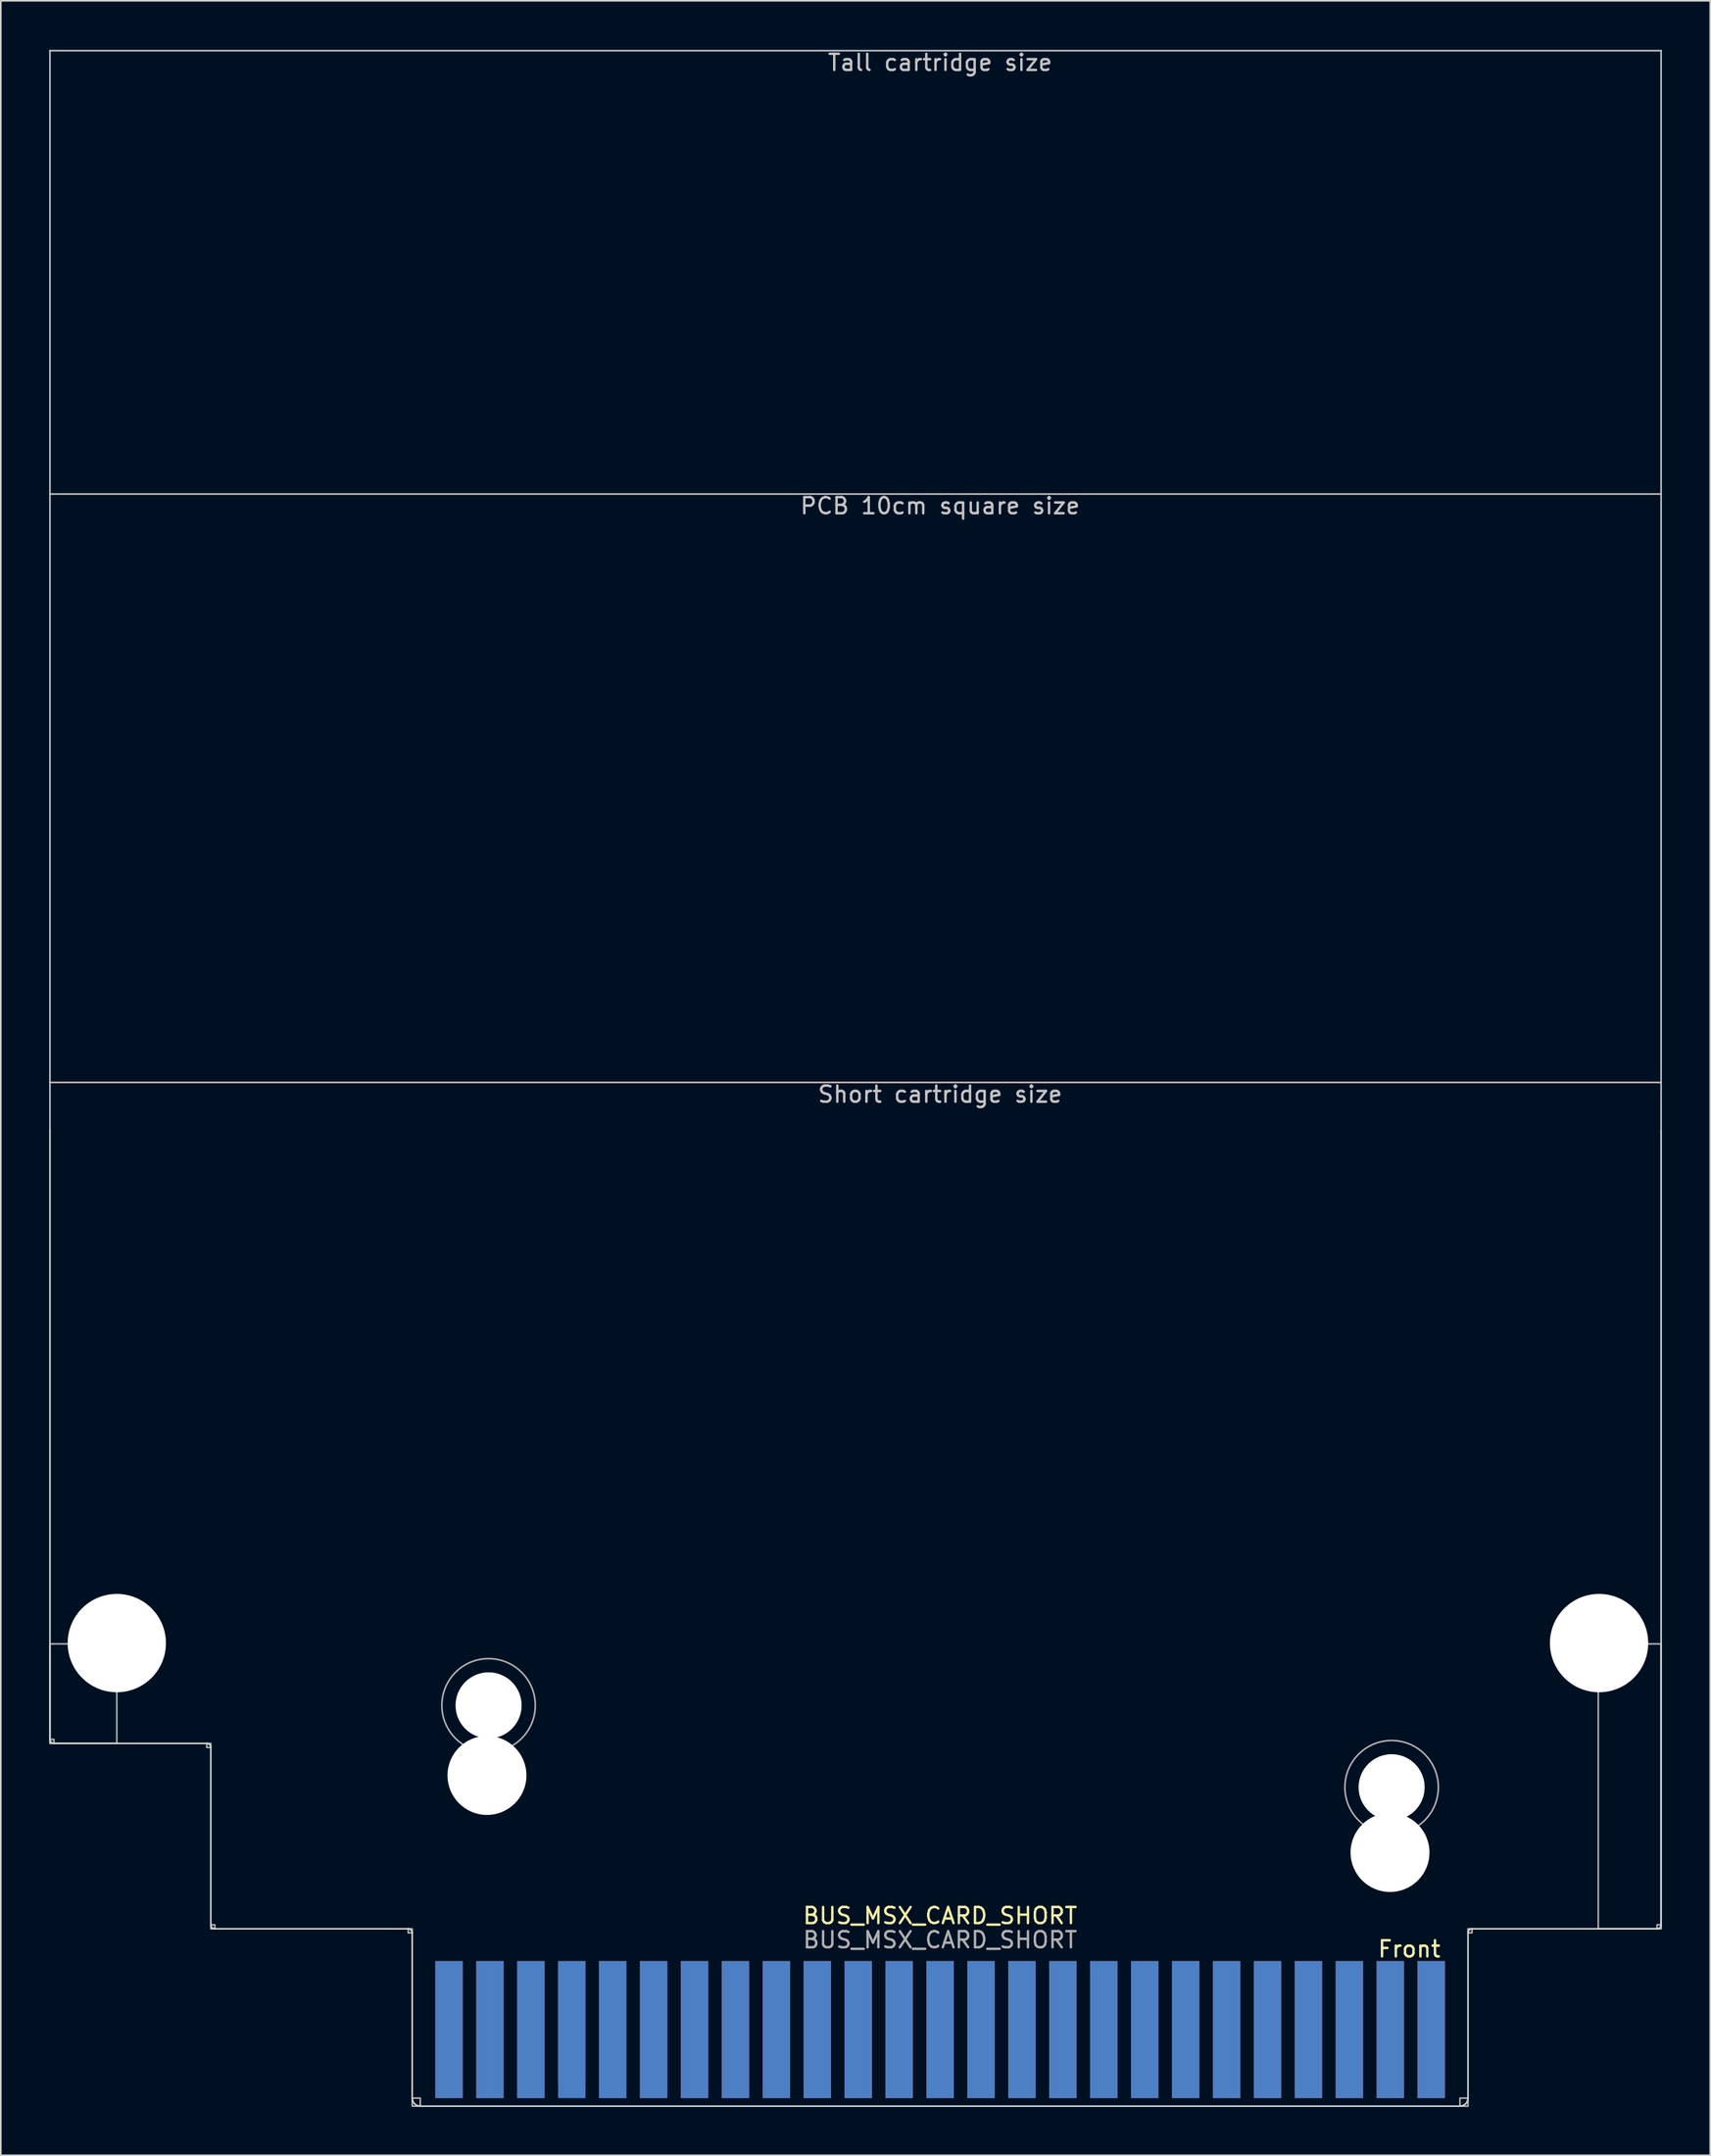
<source format=kicad_pcb>
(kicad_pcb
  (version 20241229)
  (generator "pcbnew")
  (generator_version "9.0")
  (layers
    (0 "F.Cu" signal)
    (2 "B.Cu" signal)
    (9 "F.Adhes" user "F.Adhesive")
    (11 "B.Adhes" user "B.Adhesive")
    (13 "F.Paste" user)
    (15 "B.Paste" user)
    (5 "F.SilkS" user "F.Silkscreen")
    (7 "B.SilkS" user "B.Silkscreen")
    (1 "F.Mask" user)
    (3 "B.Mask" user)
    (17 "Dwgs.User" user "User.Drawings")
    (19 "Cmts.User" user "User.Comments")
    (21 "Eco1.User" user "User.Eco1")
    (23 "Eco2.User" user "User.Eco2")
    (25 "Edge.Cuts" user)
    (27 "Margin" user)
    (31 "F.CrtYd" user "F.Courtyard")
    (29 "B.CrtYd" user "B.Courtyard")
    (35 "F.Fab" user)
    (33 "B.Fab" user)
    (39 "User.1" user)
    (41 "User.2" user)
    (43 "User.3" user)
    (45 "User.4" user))
  (footprint "BUS_MSX_CARD_SHORT"
    (layer "F.Cu")
    (at 55.3 123.284)
    (property "Reference" "BUS_MSX_CARD_SHORT" (at 0 -7.5 0) (layer "F.SilkS") (effects (font (size 1 1) (thickness 0.15))))
    (attr through_hole exclude_from_pos_files exclude_from_bom)
    (fp_rect (start -32.76 -4.69) (end 32.77 4.31) (stroke (width 0.1) (type solid)) (fill yes) (layer "F.Mask"))
    (fp_rect (start -32.76 -4.69) (end 32.77 4.31) (stroke (width 0.1) (type solid)) (fill yes) (layer "B.Mask"))
    (fp_line (start -55.25 -95.69) (end -55.25 -123.19) (stroke (width 0.1) (type solid)) (layer "Dwgs.User"))
    (fp_line (start -55.25 -95.69) (end -55.25 -59.19) (stroke (width 0.1) (type solid)) (layer "Dwgs.User"))
    (fp_line (start -55.25 -56.19) (end -55.25 -59.19) (stroke (width 0.1) (type solid)) (layer "Dwgs.User"))
    (fp_line (start 44.75 -123.19) (end -55.25 -123.19) (stroke (width 0.1) (type solid)) (layer "Dwgs.User"))
    (fp_line (start 44.75 -95.69) (end -55.25 -95.69) (stroke (width 0.1) (type solid)) (layer "Dwgs.User"))
    (fp_line (start 44.75 -95.69) (end 44.75 -123.19) (stroke (width 0.1) (type solid)) (layer "Dwgs.User"))
    (fp_line (start 44.75 -95.69) (end 44.75 -59.19) (stroke (width 0.1) (type solid)) (layer "Dwgs.User"))
    (fp_line (start 44.75 -59.19) (end -55.25 -59.19) (stroke (width 0.1) (type solid)) (layer "Dwgs.User"))
    (fp_line (start 44.75 -56.19) (end 44.75 -59.19) (stroke (width 0.1) (type solid)) (layer "Dwgs.User"))
    (fp_line (start -55.25 -18.44) (end -55.25 -56.19) (stroke (width 0.1) (type default)) (layer "Edge.Cuts"))
    (fp_line (start -45.515 -18.19) (end -55 -18.19) (stroke (width 0.1) (type default)) (layer "Edge.Cuts"))
    (fp_line (start -45.265 -6.94) (end -45.265 -17.94) (stroke (width 0.1) (type default)) (layer "Edge.Cuts"))
    (fp_line (start -33.015 -6.69) (end -45.015 -6.69) (stroke (width 0.1) (type default)) (layer "Edge.Cuts"))
    (fp_line (start -32.765 3.81) (end -32.765 -6.44) (stroke (width 0.1) (type default)) (layer "Edge.Cuts"))
    (fp_line (start 32.265 4.31) (end -32.265 4.31) (stroke (width 0.1) (type default)) (layer "Edge.Cuts"))
    (fp_line (start 32.765 3.81) (end 32.765 -6.44) (stroke (width 0.1) (type default)) (layer "Edge.Cuts"))
    (fp_line (start 33.015 -6.69) (end 44.5 -6.69) (stroke (width 0.1) (type default)) (layer "Edge.Cuts"))
    (fp_line (start 44.75 -6.94) (end 44.75 -56.19) (stroke (width 0.1) (type default)) (layer "Edge.Cuts"))
    (fp_arc (start -55 -18.19) (mid -55.176777 -18.263223) (end -55.25 -18.44) (stroke (width 0.1) (type default)) (layer "Edge.Cuts"))
    (fp_arc (start -45.515 -18.19) (mid -45.338223 -18.116777) (end -45.265 -17.94) (stroke (width 0.1) (type default)) (layer "Edge.Cuts"))
    (fp_arc (start -45.015 -6.69) (mid -45.191777 -6.763223) (end -45.265 -6.94) (stroke (width 0.1) (type default)) (layer "Edge.Cuts"))
    (fp_arc (start -33.015 -6.69) (mid -32.838223 -6.616777) (end -32.765 -6.44) (stroke (width 0.1) (type default)) (layer "Edge.Cuts"))
    (fp_arc (start -32.265 4.31) (mid -32.618553 4.163553) (end -32.765 3.81) (stroke (width 0.1) (type default)) (layer "Edge.Cuts"))
    (fp_arc (start 32.765 -6.44) (mid 32.838223 -6.616777) (end 33.015 -6.69) (stroke (width 0.1) (type default)) (layer "Edge.Cuts"))
    (fp_arc (start 32.765 3.81) (mid 32.618553 4.163553) (end 32.265 4.31) (stroke (width 0.1) (type default)) (layer "Edge.Cuts"))
    (fp_arc (start 44.75 -6.94) (mid 44.676777 -6.763223) (end 44.5 -6.69) (stroke (width 0.1) (type default)) (layer "Edge.Cuts"))
    (fp_rect (start -55.25 -18.44) (end -55 -18.19) (stroke (width 0.1) (type default)) (fill no) (layer "F.Fab"))
    (fp_rect (start -55.25 -18.19) (end -51.1 -24.363) (stroke (width 0.1) (type default)) (fill no) (layer "F.Fab"))
    (fp_rect (start -45.515 -18.19) (end -45.265 -17.94) (stroke (width 0.1) (type solid)) (fill no) (layer "F.Fab"))
    (fp_rect (start -45.265 -6.94) (end -45.015 -6.69) (stroke (width 0.1) (type default)) (fill no) (layer "F.Fab"))
    (fp_rect (start -33.015 -6.69) (end -32.765 -6.44) (stroke (width 0.1) (type default)) (fill no) (layer "F.Fab"))
    (fp_rect (start -32.765 3.81) (end -32.265 4.31) (stroke (width 0.1) (type solid)) (fill no) (layer "F.Fab"))
    (fp_rect (start 32.265 3.81) (end 32.765 4.31) (stroke (width 0.1) (type solid)) (fill no) (layer "F.Fab"))
    (fp_rect (start 32.765 -6.69) (end 33.015 -6.44) (stroke (width 0.1) (type default)) (fill no) (layer "F.Fab"))
    (fp_rect (start 40.85 -24.363) (end 44.75 -6.69) (stroke (width 0.1) (type default)) (fill no) (layer "F.Fab"))
    (fp_rect (start 44.5 -6.94) (end 44.75 -6.69) (stroke (width 0.1) (type default)) (fill no) (layer "F.Fab"))
    (fp_circle (center -28.025 -20.55) (end -25.125 -20.55) (stroke (width 0.1) (type default)) (fill no) (layer "F.Fab"))
    (fp_circle (center 28.025 -15.47) (end 30.925 -15.47) (stroke (width 0.1) (type default)) (fill no) (layer "F.Fab"))
    (fp_text user "Front" (at 27.09 -4.85 0) (unlocked yes) (layer "F.SilkS") (effects (font (size 1 1) (thickness 0.153)) (justify left bottom)))
    (fp_text user "PCB 10cm square size" (at 0 -95.537 0) (unlocked yes) (layer "Dwgs.User") (effects (font (size 1 1) (thickness 0.15)) (justify top)))
    (fp_text user "Tall cartridge size" (at 0 -123.037 0) (unlocked yes) (layer "Dwgs.User") (effects (font (size 1 1) (thickness 0.15)) (justify top)))
    (fp_text user "Short cartridge size" (at 0 -59.037 0) (unlocked yes) (layer "Dwgs.User") (effects (font (size 1 1) (thickness 0.153)) (justify top)))
    (fp_text user "${REFERENCE}" (at 0 -6 0) (layer "F.Fab") (effects (font (size 1 1) (thickness 0.15))))
    (pad "" np_thru_hole circle (at -51.1 -24.413) (size 6.1 6.1) (drill 6.1) (layers "*.Cu" "*.Mask"))
    (pad "" np_thru_hole circle (at -28.125 -16.205) (size 4.9 4.9) (drill 4.9) (layers "*.Cu" "*.Mask"))
    (pad "" np_thru_hole circle (at -28.025 -20.55) (size 4.1 4.1) (drill 4.1) (layers "*.Cu" "*.Mask"))
    (pad "" np_thru_hole circle (at 27.925 -11.425) (size 4.9 4.9) (drill 4.9) (layers "*.Cu" "*.Mask"))
    (pad "" np_thru_hole circle (at 28.025 -15.47) (size 4.1 4.1) (drill 4.1) (layers "*.Cu" "*.Mask"))
    (pad "" np_thru_hole circle (at 40.9 -24.413) (size 6.1 6.1) (drill 6.1) (layers "*.Cu" "*.Mask"))
    (pad "1" connect rect (at 30.48 -0.44) (size 1.7 8.5) (layers "B.Cu" "B.Mask"))
    (pad "2" connect rect (at 30.48 -0.44) (size 1.7 8.5) (layers "F.Cu" "F.Mask"))
    (pad "3" connect rect (at 27.94 -0.44) (size 1.7 8.5) (layers "B.Cu" "B.Mask"))
    (pad "4" connect rect (at 27.94 -0.44) (size 1.7 8.5) (layers "F.Cu" "F.Mask"))
    (pad "5" connect rect (at 25.4 -0.44) (size 1.7 8.5) (layers "B.Cu" "B.Mask"))
    (pad "6" connect rect (at 25.4 -0.44) (size 1.7 8.5) (layers "F.Cu" "F.Mask"))
    (pad "7" connect rect (at 22.86 -0.44) (size 1.7 8.5) (layers "B.Cu" "B.Mask"))
    (pad "8" connect rect (at 22.86 -0.44) (size 1.7 8.5) (layers "F.Cu" "F.Mask"))
    (pad "9" connect rect (at 20.32 -0.44) (size 1.7 8.5) (layers "B.Cu" "B.Mask"))
    (pad "10" connect rect (at 20.32 -0.44) (size 1.7 8.5) (layers "F.Cu" "F.Mask"))
    (pad "11" connect rect (at 17.78 -0.44) (size 1.7 8.5) (layers "B.Cu" "B.Mask"))
    (pad "12" connect rect (at 17.78 -0.44) (size 1.7 8.5) (layers "F.Cu" "F.Mask"))
    (pad "13" connect rect (at 15.24 -0.44) (size 1.7 8.5) (layers "B.Cu" "B.Mask"))
    (pad "14" connect rect (at 15.24 -0.44) (size 1.7 8.5) (layers "F.Cu" "F.Mask"))
    (pad "15" connect rect (at 12.7 -0.44) (size 1.7 8.5) (layers "B.Cu" "B.Mask"))
    (pad "16" connect rect (at 12.7 -0.44) (size 1.7 8.5) (layers "F.Cu" "F.Mask"))
    (pad "17" connect rect (at 10.16 -0.44) (size 1.7 8.5) (layers "B.Cu" "B.Mask"))
    (pad "18" connect rect (at 10.16 -0.44) (size 1.7 8.5) (layers "F.Cu" "F.Mask"))
    (pad "19" connect rect (at 7.62 -0.44) (size 1.7 8.5) (layers "B.Cu" "B.Mask"))
    (pad "20" connect rect (at 7.62 -0.44) (size 1.7 8.5) (layers "F.Cu" "F.Mask"))
    (pad "21" connect rect (at 5.08 -0.44) (size 1.7 8.5) (layers "B.Cu" "B.Mask"))
    (pad "22" connect rect (at 5.08 -0.44) (size 1.7 8.5) (layers "F.Cu" "F.Mask"))
    (pad "23" connect rect (at 2.54 -0.44) (size 1.7 8.5) (layers "B.Cu" "B.Mask"))
    (pad "24" connect rect (at 2.54 -0.44) (size 1.7 8.5) (layers "F.Cu" "F.Mask"))
    (pad "25" connect rect (at 0 -0.44) (size 1.7 8.5) (layers "B.Cu" "B.Mask"))
    (pad "26" connect rect (at 0 -0.44) (size 1.7 8.5) (layers "F.Cu" "F.Mask"))
    (pad "27" connect rect (at -2.54 -0.44) (size 1.7 8.5) (layers "B.Cu" "B.Mask"))
    (pad "28" connect rect (at -2.54 -0.44) (size 1.7 8.5) (layers "F.Cu" "F.Mask"))
    (pad "29" connect rect (at -5.08 -0.44) (size 1.7 8.5) (layers "B.Cu" "B.Mask"))
    (pad "30" connect rect (at -5.08 -0.44) (size 1.7 8.5) (layers "F.Cu" "F.Mask"))
    (pad "31" connect rect (at -7.62 -0.44) (size 1.7 8.5) (layers "B.Cu" "B.Mask"))
    (pad "32" connect rect (at -7.62 -0.44) (size 1.7 8.5) (layers "F.Cu" "F.Mask"))
    (pad "33" connect rect (at -10.16 -0.44) (size 1.7 8.5) (layers "B.Cu" "B.Mask"))
    (pad "34" connect rect (at -10.16 -0.44) (size 1.7 8.5) (layers "F.Cu" "F.Mask"))
    (pad "35" connect rect (at -12.7 -0.44) (size 1.7 8.5) (layers "B.Cu" "B.Mask"))
    (pad "36" connect rect (at -12.7 -0.44) (size 1.7 8.5) (layers "F.Cu" "F.Mask"))
    (pad "37" connect rect (at -15.24 -0.44) (size 1.7 8.5) (layers "B.Cu" "B.Mask"))
    (pad "38" connect rect (at -15.24 -0.44) (size 1.7 8.5) (layers "F.Cu" "F.Mask"))
    (pad "39" connect rect (at -17.78 -0.44) (size 1.7 8.5) (layers "B.Cu" "B.Mask"))
    (pad "40" connect rect (at -17.78 -0.44) (size 1.7 8.5) (layers "F.Cu" "F.Mask"))
    (pad "41" connect rect (at -20.32 -0.44) (size 1.7 8.5) (layers "B.Cu" "B.Mask"))
    (pad "42" connect rect (at -20.32 -0.44) (size 1.7 8.5) (layers "F.Cu" "F.Mask"))
    (pad "43" connect rect (at -22.86 -0.44) (size 1.7 8.5) (layers "B.Cu" "B.Mask"))
    (pad "44" connect rect (at -22.86 -0.94) (size 1.7 7.5) (layers "F.Cu" "F.Mask"))
    (pad "45" connect rect (at -25.4 -0.44) (size 1.7 8.5) (layers "B.Cu" "B.Mask"))
    (pad "46" connect rect (at -25.4 -0.44) (size 1.7 8.5) (layers "F.Cu" "F.Mask"))
    (pad "47" connect rect (at -27.94 -0.44) (size 1.7 8.5) (layers "B.Cu" "B.Mask"))
    (pad "48" connect rect (at -27.94 -0.44) (size 1.7 8.5) (layers "F.Cu" "F.Mask"))
    (pad "49" connect rect (at -30.48 -0.44) (size 1.7 8.5) (layers "B.Cu" "B.Mask"))
    (pad "50" connect rect (at -30.48 -0.44) (size 1.7 8.5) (layers "F.Cu" "F.Mask"))
    (zone (net_name "") (layers "F.Cu" "B.Cu") (hatch edge 0.5) (connect_pads) (min_thickness 0.25) (filled_areas_thickness no) (keepout (tracks not_allowed) (vias not_allowed) (pads not_allowed) (copperpour not_allowed) (footprints allowed)) (placement (enabled no)) (fill) (polygon (pts (xy 23.97 118.594) (xy 22.56 118.594) (xy 22.56 127.573) (xy 88.04 127.573) (xy 88.04 118.594) (xy 86.63 118.594) (xy 86.63 127.094) (xy 84.93 127.094) (xy 84.93 118.594) (xy 84.09 118.594) (xy 84.09 127.094) (xy 82.39 127.094) (xy 82.39 118.594) (xy 81.55 118.594) (xy 81.55 127.094) (xy 79.85 127.094) (xy 79.85 118.594) (xy 79.01 118.594) (xy 79.01 127.094) (xy 77.31 127.094) (xy 77.31 118.594) (xy 76.47 118.594) (xy 76.47 127.094) (xy 74.77 127.094) (xy 74.77 118.594) (xy 73.93 118.594) (xy 73.93 127.094) (xy 72.23 127.094) (xy 72.23 118.594) (xy 71.39 118.594) (xy 71.39 127.094) (xy 69.69 127.094) (xy 69.69 118.594) (xy 68.85 118.594) (xy 68.85 127.094) (xy 67.15 127.094) (xy 67.15 118.594) (xy 66.31 118.594) (xy 66.31 127.094) (xy 64.61 127.094) (xy 64.61 118.594) (xy 63.77 118.594) (xy 63.77 127.094) (xy 62.07 127.094) (xy 62.07 118.594) (xy 61.23 118.594) (xy 61.23 127.094) (xy 59.53 127.094) (xy 59.53 118.594) (xy 58.69 118.594) (xy 58.69 127.094) (xy 56.99 127.094) (xy 56.99 118.594) (xy 56.15 118.594) (xy 56.15 127.094) (xy 54.45 127.094) (xy 54.45 118.594) (xy 53.61 118.594) (xy 53.61 127.094) (xy 51.91 127.094) (xy 51.91 118.594) (xy 51.07 118.594) (xy 51.07 127.094) (xy 49.37 127.094) (xy 49.37 118.594) (xy 48.53 118.594) (xy 48.53 127.094) (xy 46.83 127.094) (xy 46.83 118.594) (xy 45.99 118.594) (xy 45.99 127.094) (xy 44.29 127.094) (xy 44.29 118.594) (xy 43.45 118.594) (xy 43.45 127.094) (xy 41.75 127.094) (xy 41.75 118.594) (xy 40.91 118.594) (xy 40.91 127.094) (xy 39.21 127.094) (xy 39.21 118.594) (xy 38.37 118.594) (xy 38.37 127.094) (xy 36.67 127.094) (xy 36.67 118.594) (xy 35.83 118.594) (xy 35.83 127.094) (xy 34.13 127.094) (xy 34.13 118.594) (xy 33.29 118.594) (xy 33.29 127.094) (xy 31.59 127.094) (xy 31.59 118.594) (xy 30.75 118.594) (xy 30.75 127.094) (xy 29.05 127.094) (xy 29.05 118.594) (xy 28.21 118.594) (xy 28.21 127.094) (xy 26.51 127.094) (xy 26.51 118.594) (xy 25.67 118.594) (xy 25.67 127.094) (xy 23.97 127.094)))))
  (gr_rect
    (start -3 -3)
    (end 103.1 130.643)
    (stroke (width 0.1) (type default))
    (fill no)
    (layer "Edge.Cuts")))
</source>
